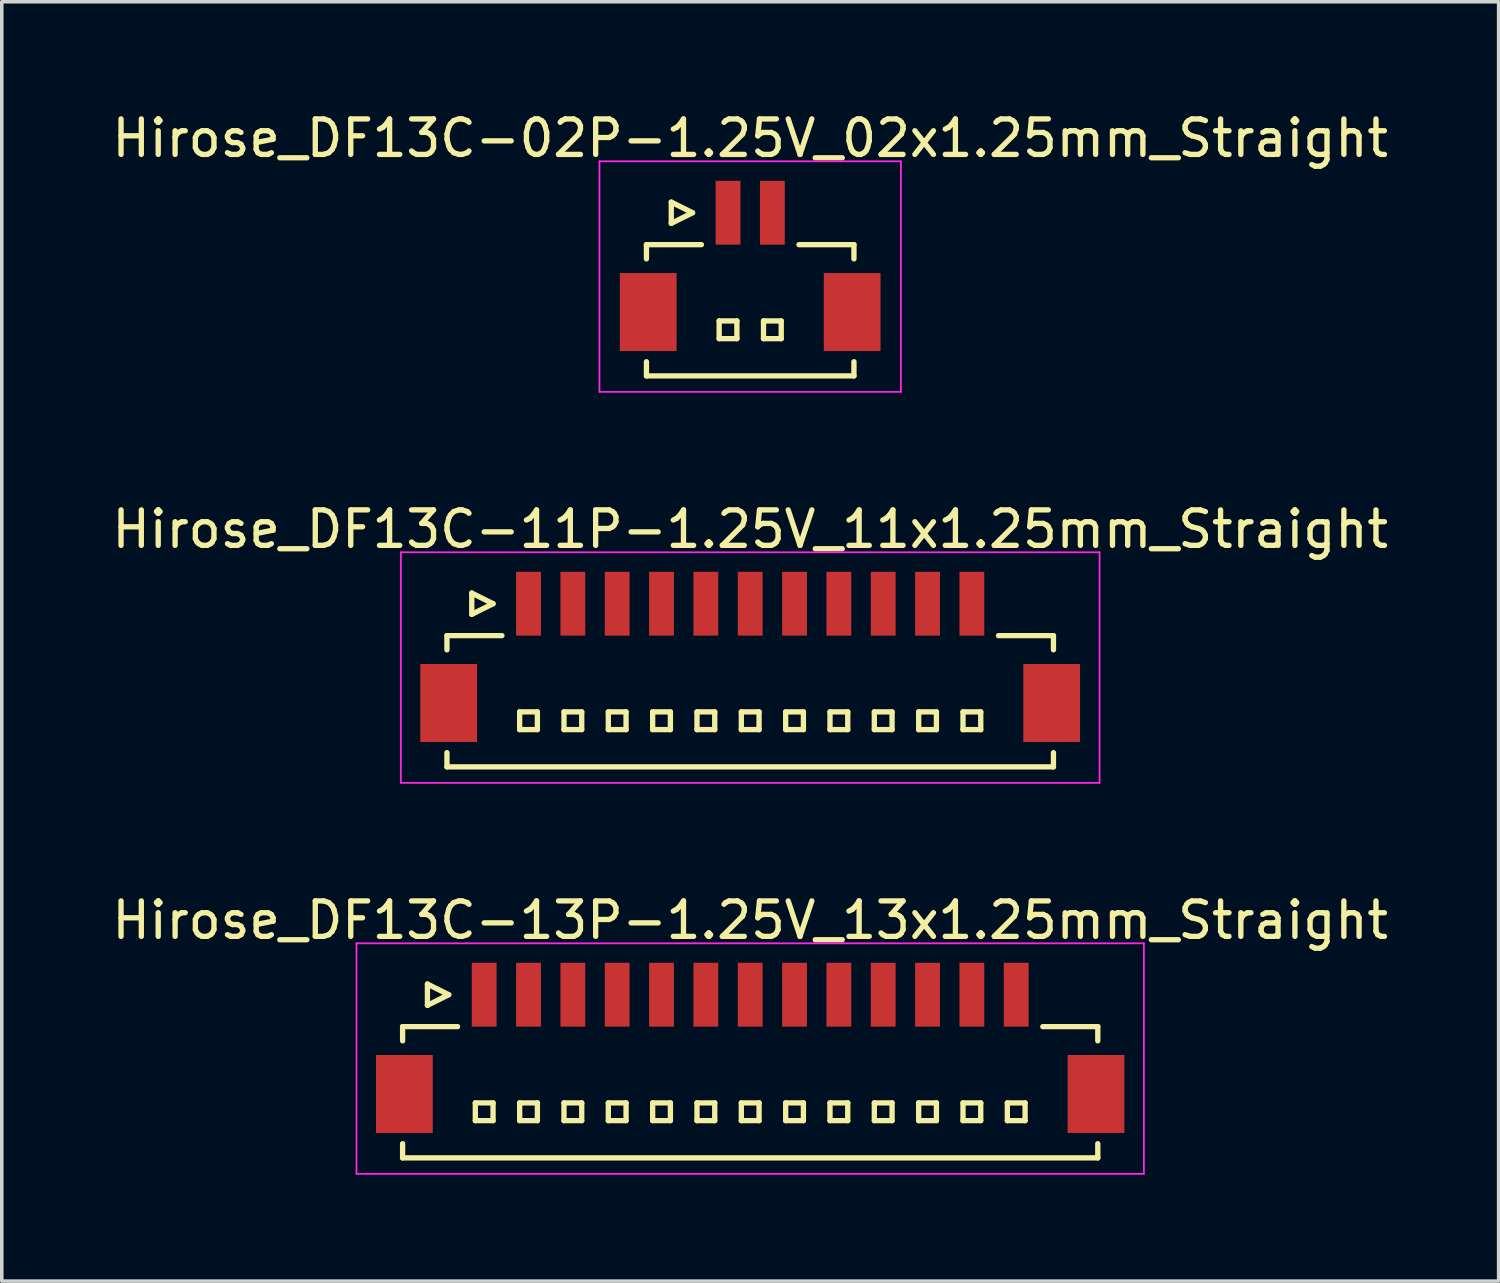
<source format=kicad_pcb>
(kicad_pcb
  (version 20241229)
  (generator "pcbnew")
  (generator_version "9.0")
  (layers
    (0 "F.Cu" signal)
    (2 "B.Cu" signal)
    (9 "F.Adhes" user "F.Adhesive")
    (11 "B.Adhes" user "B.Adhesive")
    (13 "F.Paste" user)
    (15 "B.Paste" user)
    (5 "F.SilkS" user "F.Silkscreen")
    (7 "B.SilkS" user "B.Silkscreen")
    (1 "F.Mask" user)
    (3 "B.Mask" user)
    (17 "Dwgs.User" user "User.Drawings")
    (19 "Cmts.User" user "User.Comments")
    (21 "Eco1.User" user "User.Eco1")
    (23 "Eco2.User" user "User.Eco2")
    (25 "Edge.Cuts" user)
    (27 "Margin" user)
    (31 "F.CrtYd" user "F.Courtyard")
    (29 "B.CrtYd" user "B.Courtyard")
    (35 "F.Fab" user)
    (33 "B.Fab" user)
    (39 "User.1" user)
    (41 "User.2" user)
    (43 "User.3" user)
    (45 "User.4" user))
  (footprint "Hirose_DF13C-13P-1.25V_13x1.25mm_Straight"
    (layer "F.Cu")
    (at 18.101 26.395)
    (property "Reference" "Hirose_DF13C-13P-1.25V_13x1.25mm_Straight" (at 0 -3.5 0) (layer "F.SilkS") (effects (font (size 1 1) (thickness 0.15))))
    (attr smd)
    (fp_line (start -9.8 -0.5) (end -9.8 -0.1) (stroke (width 0.15) (type solid)) (layer "F.SilkS"))
    (fp_line (start -9.8 -0.5) (end -8.25 -0.5) (stroke (width 0.15) (type solid)) (layer "F.SilkS"))
    (fp_line (start -9.8 3.2) (end -9.8 2.8) (stroke (width 0.15) (type solid)) (layer "F.SilkS"))
    (fp_line (start -9.8 3.2) (end 9.8 3.2) (stroke (width 0.15) (type solid)) (layer "F.SilkS"))
    (fp_line (start -9.1 -1.7) (end -9.1 -1.1) (stroke (width 0.15) (type solid)) (layer "F.SilkS"))
    (fp_line (start -9.1 -1.1) (end -8.5 -1.4) (stroke (width 0.15) (type solid)) (layer "F.SilkS"))
    (fp_line (start -8.5 -1.4) (end -9.1 -1.7) (stroke (width 0.15) (type solid)) (layer "F.SilkS"))
    (fp_line (start -7.75 1.65) (end -7.75 2.15) (stroke (width 0.15) (type solid)) (layer "F.SilkS"))
    (fp_line (start -7.75 2.15) (end -7.25 2.15) (stroke (width 0.15) (type solid)) (layer "F.SilkS"))
    (fp_line (start -7.25 1.65) (end -7.75 1.65) (stroke (width 0.15) (type solid)) (layer "F.SilkS"))
    (fp_line (start -7.25 2.15) (end -7.25 1.65) (stroke (width 0.15) (type solid)) (layer "F.SilkS"))
    (fp_line (start -6.5 1.65) (end -6.5 2.15) (stroke (width 0.15) (type solid)) (layer "F.SilkS"))
    (fp_line (start -6.5 2.15) (end -6 2.15) (stroke (width 0.15) (type solid)) (layer "F.SilkS"))
    (fp_line (start -6 1.65) (end -6.5 1.65) (stroke (width 0.15) (type solid)) (layer "F.SilkS"))
    (fp_line (start -6 2.15) (end -6 1.65) (stroke (width 0.15) (type solid)) (layer "F.SilkS"))
    (fp_line (start -5.25 1.65) (end -5.25 2.15) (stroke (width 0.15) (type solid)) (layer "F.SilkS"))
    (fp_line (start -5.25 2.15) (end -4.75 2.15) (stroke (width 0.15) (type solid)) (layer "F.SilkS"))
    (fp_line (start -4.75 1.65) (end -5.25 1.65) (stroke (width 0.15) (type solid)) (layer "F.SilkS"))
    (fp_line (start -4.75 2.15) (end -4.75 1.65) (stroke (width 0.15) (type solid)) (layer "F.SilkS"))
    (fp_line (start -4 1.65) (end -4 2.15) (stroke (width 0.15) (type solid)) (layer "F.SilkS"))
    (fp_line (start -4 2.15) (end -3.5 2.15) (stroke (width 0.15) (type solid)) (layer "F.SilkS"))
    (fp_line (start -3.5 1.65) (end -4 1.65) (stroke (width 0.15) (type solid)) (layer "F.SilkS"))
    (fp_line (start -3.5 2.15) (end -3.5 1.65) (stroke (width 0.15) (type solid)) (layer "F.SilkS"))
    (fp_line (start -2.75 1.65) (end -2.75 2.15) (stroke (width 0.15) (type solid)) (layer "F.SilkS"))
    (fp_line (start -2.75 2.15) (end -2.25 2.15) (stroke (width 0.15) (type solid)) (layer "F.SilkS"))
    (fp_line (start -2.25 1.65) (end -2.75 1.65) (stroke (width 0.15) (type solid)) (layer "F.SilkS"))
    (fp_line (start -2.25 2.15) (end -2.25 1.65) (stroke (width 0.15) (type solid)) (layer "F.SilkS"))
    (fp_line (start -1.5 1.65) (end -1.5 2.15) (stroke (width 0.15) (type solid)) (layer "F.SilkS"))
    (fp_line (start -1.5 2.15) (end -1 2.15) (stroke (width 0.15) (type solid)) (layer "F.SilkS"))
    (fp_line (start -1 1.65) (end -1.5 1.65) (stroke (width 0.15) (type solid)) (layer "F.SilkS"))
    (fp_line (start -1 2.15) (end -1 1.65) (stroke (width 0.15) (type solid)) (layer "F.SilkS"))
    (fp_line (start -0.25 1.65) (end -0.25 2.15) (stroke (width 0.15) (type solid)) (layer "F.SilkS"))
    (fp_line (start -0.25 2.15) (end 0.25 2.15) (stroke (width 0.15) (type solid)) (layer "F.SilkS"))
    (fp_line (start 0.25 1.65) (end -0.25 1.65) (stroke (width 0.15) (type solid)) (layer "F.SilkS"))
    (fp_line (start 0.25 2.15) (end 0.25 1.65) (stroke (width 0.15) (type solid)) (layer "F.SilkS"))
    (fp_line (start 1 1.65) (end 1 2.15) (stroke (width 0.15) (type solid)) (layer "F.SilkS"))
    (fp_line (start 1 2.15) (end 1.5 2.15) (stroke (width 0.15) (type solid)) (layer "F.SilkS"))
    (fp_line (start 1.5 1.65) (end 1 1.65) (stroke (width 0.15) (type solid)) (layer "F.SilkS"))
    (fp_line (start 1.5 2.15) (end 1.5 1.65) (stroke (width 0.15) (type solid)) (layer "F.SilkS"))
    (fp_line (start 2.25 1.65) (end 2.25 2.15) (stroke (width 0.15) (type solid)) (layer "F.SilkS"))
    (fp_line (start 2.25 2.15) (end 2.75 2.15) (stroke (width 0.15) (type solid)) (layer "F.SilkS"))
    (fp_line (start 2.75 1.65) (end 2.25 1.65) (stroke (width 0.15) (type solid)) (layer "F.SilkS"))
    (fp_line (start 2.75 2.15) (end 2.75 1.65) (stroke (width 0.15) (type solid)) (layer "F.SilkS"))
    (fp_line (start 3.5 1.65) (end 3.5 2.15) (stroke (width 0.15) (type solid)) (layer "F.SilkS"))
    (fp_line (start 3.5 2.15) (end 4 2.15) (stroke (width 0.15) (type solid)) (layer "F.SilkS"))
    (fp_line (start 4 1.65) (end 3.5 1.65) (stroke (width 0.15) (type solid)) (layer "F.SilkS"))
    (fp_line (start 4 2.15) (end 4 1.65) (stroke (width 0.15) (type solid)) (layer "F.SilkS"))
    (fp_line (start 4.75 1.65) (end 4.75 2.15) (stroke (width 0.15) (type solid)) (layer "F.SilkS"))
    (fp_line (start 4.75 2.15) (end 5.25 2.15) (stroke (width 0.15) (type solid)) (layer "F.SilkS"))
    (fp_line (start 5.25 1.65) (end 4.75 1.65) (stroke (width 0.15) (type solid)) (layer "F.SilkS"))
    (fp_line (start 5.25 2.15) (end 5.25 1.65) (stroke (width 0.15) (type solid)) (layer "F.SilkS"))
    (fp_line (start 6 1.65) (end 6 2.15) (stroke (width 0.15) (type solid)) (layer "F.SilkS"))
    (fp_line (start 6 2.15) (end 6.5 2.15) (stroke (width 0.15) (type solid)) (layer "F.SilkS"))
    (fp_line (start 6.5 1.65) (end 6 1.65) (stroke (width 0.15) (type solid)) (layer "F.SilkS"))
    (fp_line (start 6.5 2.15) (end 6.5 1.65) (stroke (width 0.15) (type solid)) (layer "F.SilkS"))
    (fp_line (start 7.25 1.65) (end 7.25 2.15) (stroke (width 0.15) (type solid)) (layer "F.SilkS"))
    (fp_line (start 7.25 2.15) (end 7.75 2.15) (stroke (width 0.15) (type solid)) (layer "F.SilkS"))
    (fp_line (start 7.75 1.65) (end 7.25 1.65) (stroke (width 0.15) (type solid)) (layer "F.SilkS"))
    (fp_line (start 7.75 2.15) (end 7.75 1.65) (stroke (width 0.15) (type solid)) (layer "F.SilkS"))
    (fp_line (start 9.8 -0.5) (end 8.25 -0.5) (stroke (width 0.15) (type solid)) (layer "F.SilkS"))
    (fp_line (start 9.8 -0.5) (end 9.8 -0.1) (stroke (width 0.15) (type solid)) (layer "F.SilkS"))
    (fp_line (start 9.8 3.2) (end 9.8 2.8) (stroke (width 0.15) (type solid)) (layer "F.SilkS"))
    (fp_line (start -11.1 -2.85) (end -11.1 3.65) (stroke (width 0.05) (type solid)) (layer "F.CrtYd"))
    (fp_line (start -11.1 3.65) (end 11.1 3.65) (stroke (width 0.05) (type solid)) (layer "F.CrtYd"))
    (fp_line (start 11.1 -2.85) (end -11.1 -2.85) (stroke (width 0.05) (type solid)) (layer "F.CrtYd"))
    (fp_line (start 11.1 3.65) (end 11.1 -2.85) (stroke (width 0.05) (type solid)) (layer "F.CrtYd"))
    (pad "" smd rect (at -9.75 1.4) (size 1.6 2.2) (layers "F.Cu" "F.Mask" "F.Paste"))
    (pad "" smd rect (at 9.75 1.4) (size 1.6 2.2) (layers "F.Cu" "F.Mask" "F.Paste"))
    (pad "1" smd rect (at -7.5 -1.4) (size 0.7 1.8) (layers "F.Cu" "F.Mask" "F.Paste"))
    (pad "2" smd rect (at -6.25 -1.4) (size 0.7 1.8) (layers "F.Cu" "F.Mask" "F.Paste"))
    (pad "3" smd rect (at -5 -1.4) (size 0.7 1.8) (layers "F.Cu" "F.Mask" "F.Paste"))
    (pad "4" smd rect (at -3.75 -1.4) (size 0.7 1.8) (layers "F.Cu" "F.Mask" "F.Paste"))
    (pad "5" smd rect (at -2.5 -1.4) (size 0.7 1.8) (layers "F.Cu" "F.Mask" "F.Paste"))
    (pad "6" smd rect (at -1.25 -1.4) (size 0.7 1.8) (layers "F.Cu" "F.Mask" "F.Paste"))
    (pad "7" smd rect (at 0 -1.4) (size 0.7 1.8) (layers "F.Cu" "F.Mask" "F.Paste"))
    (pad "8" smd rect (at 1.25 -1.4) (size 0.7 1.8) (layers "F.Cu" "F.Mask" "F.Paste"))
    (pad "9" smd rect (at 2.5 -1.4) (size 0.7 1.8) (layers "F.Cu" "F.Mask" "F.Paste"))
    (pad "10" smd rect (at 3.75 -1.4) (size 0.7 1.8) (layers "F.Cu" "F.Mask" "F.Paste"))
    (pad "11" smd rect (at 5 -1.4) (size 0.7 1.8) (layers "F.Cu" "F.Mask" "F.Paste"))
    (pad "12" smd rect (at 6.25 -1.4) (size 0.7 1.8) (layers "F.Cu" "F.Mask" "F.Paste"))
    (pad "13" smd rect (at 7.5 -1.4) (size 0.7 1.8) (layers "F.Cu" "F.Mask" "F.Paste")))
  (footprint "Hirose_DF13C-02P-1.25V_02x1.25mm_Straight"
    (layer "F.Cu")
    (at 18.101 4.348)
    (property "Reference" "Hirose_DF13C-02P-1.25V_02x1.25mm_Straight" (at 0 -3.5 0) (layer "F.SilkS") (effects (font (size 1 1) (thickness 0.15))))
    (attr smd)
    (fp_line (start -2.925 -0.5) (end -2.925 -0.1) (stroke (width 0.15) (type solid)) (layer "F.SilkS"))
    (fp_line (start -2.925 -0.5) (end -1.375 -0.5) (stroke (width 0.15) (type solid)) (layer "F.SilkS"))
    (fp_line (start -2.925 3.2) (end -2.925 2.8) (stroke (width 0.15) (type solid)) (layer "F.SilkS"))
    (fp_line (start -2.925 3.2) (end 2.925 3.2) (stroke (width 0.15) (type solid)) (layer "F.SilkS"))
    (fp_line (start -2.225 -1.7) (end -2.225 -1.1) (stroke (width 0.15) (type solid)) (layer "F.SilkS"))
    (fp_line (start -2.225 -1.1) (end -1.625 -1.4) (stroke (width 0.15) (type solid)) (layer "F.SilkS"))
    (fp_line (start -1.625 -1.4) (end -2.225 -1.7) (stroke (width 0.15) (type solid)) (layer "F.SilkS"))
    (fp_line (start -0.875 1.65) (end -0.875 2.15) (stroke (width 0.15) (type solid)) (layer "F.SilkS"))
    (fp_line (start -0.875 2.15) (end -0.375 2.15) (stroke (width 0.15) (type solid)) (layer "F.SilkS"))
    (fp_line (start -0.375 1.65) (end -0.875 1.65) (stroke (width 0.15) (type solid)) (layer "F.SilkS"))
    (fp_line (start -0.375 2.15) (end -0.375 1.65) (stroke (width 0.15) (type solid)) (layer "F.SilkS"))
    (fp_line (start 0.375 1.65) (end 0.375 2.15) (stroke (width 0.15) (type solid)) (layer "F.SilkS"))
    (fp_line (start 0.375 2.15) (end 0.875 2.15) (stroke (width 0.15) (type solid)) (layer "F.SilkS"))
    (fp_line (start 0.875 1.65) (end 0.375 1.65) (stroke (width 0.15) (type solid)) (layer "F.SilkS"))
    (fp_line (start 0.875 2.15) (end 0.875 1.65) (stroke (width 0.15) (type solid)) (layer "F.SilkS"))
    (fp_line (start 2.925 -0.5) (end 1.375 -0.5) (stroke (width 0.15) (type solid)) (layer "F.SilkS"))
    (fp_line (start 2.925 -0.5) (end 2.925 -0.1) (stroke (width 0.15) (type solid)) (layer "F.SilkS"))
    (fp_line (start 2.925 3.2) (end 2.925 2.8) (stroke (width 0.15) (type solid)) (layer "F.SilkS"))
    (fp_line (start -4.25 -2.85) (end -4.25 3.65) (stroke (width 0.05) (type solid)) (layer "F.CrtYd"))
    (fp_line (start -4.25 3.65) (end 4.25 3.65) (stroke (width 0.05) (type solid)) (layer "F.CrtYd"))
    (fp_line (start 4.25 -2.85) (end -4.25 -2.85) (stroke (width 0.05) (type solid)) (layer "F.CrtYd"))
    (fp_line (start 4.25 3.65) (end 4.25 -2.85) (stroke (width 0.05) (type solid)) (layer "F.CrtYd"))
    (pad "" smd rect (at -2.875 1.4) (size 1.6 2.2) (layers "F.Cu" "F.Mask" "F.Paste"))
    (pad "" smd rect (at 2.875 1.4) (size 1.6 2.2) (layers "F.Cu" "F.Mask" "F.Paste"))
    (pad "1" smd rect (at -0.625 -1.4) (size 0.7 1.8) (layers "F.Cu" "F.Mask" "F.Paste"))
    (pad "2" smd rect (at 0.625 -1.4) (size 0.7 1.8) (layers "F.Cu" "F.Mask" "F.Paste")))
  (footprint "Hirose_DF13C-11P-1.25V_11x1.25mm_Straight"
    (layer "F.Cu")
    (at 18.101 15.371)
    (property "Reference" "Hirose_DF13C-11P-1.25V_11x1.25mm_Straight" (at 0 -3.5 0) (layer "F.SilkS") (effects (font (size 1 1) (thickness 0.15))))
    (attr smd)
    (fp_line (start -8.55 -0.5) (end -8.55 -0.1) (stroke (width 0.15) (type solid)) (layer "F.SilkS"))
    (fp_line (start -8.55 -0.5) (end -7 -0.5) (stroke (width 0.15) (type solid)) (layer "F.SilkS"))
    (fp_line (start -8.55 3.2) (end -8.55 2.8) (stroke (width 0.15) (type solid)) (layer "F.SilkS"))
    (fp_line (start -8.55 3.2) (end 8.55 3.2) (stroke (width 0.15) (type solid)) (layer "F.SilkS"))
    (fp_line (start -7.85 -1.7) (end -7.85 -1.1) (stroke (width 0.15) (type solid)) (layer "F.SilkS"))
    (fp_line (start -7.85 -1.1) (end -7.25 -1.4) (stroke (width 0.15) (type solid)) (layer "F.SilkS"))
    (fp_line (start -7.25 -1.4) (end -7.85 -1.7) (stroke (width 0.15) (type solid)) (layer "F.SilkS"))
    (fp_line (start -6.5 1.65) (end -6.5 2.15) (stroke (width 0.15) (type solid)) (layer "F.SilkS"))
    (fp_line (start -6.5 2.15) (end -6 2.15) (stroke (width 0.15) (type solid)) (layer "F.SilkS"))
    (fp_line (start -6 1.65) (end -6.5 1.65) (stroke (width 0.15) (type solid)) (layer "F.SilkS"))
    (fp_line (start -6 2.15) (end -6 1.65) (stroke (width 0.15) (type solid)) (layer "F.SilkS"))
    (fp_line (start -5.25 1.65) (end -5.25 2.15) (stroke (width 0.15) (type solid)) (layer "F.SilkS"))
    (fp_line (start -5.25 2.15) (end -4.75 2.15) (stroke (width 0.15) (type solid)) (layer "F.SilkS"))
    (fp_line (start -4.75 1.65) (end -5.25 1.65) (stroke (width 0.15) (type solid)) (layer "F.SilkS"))
    (fp_line (start -4.75 2.15) (end -4.75 1.65) (stroke (width 0.15) (type solid)) (layer "F.SilkS"))
    (fp_line (start -4 1.65) (end -4 2.15) (stroke (width 0.15) (type solid)) (layer "F.SilkS"))
    (fp_line (start -4 2.15) (end -3.5 2.15) (stroke (width 0.15) (type solid)) (layer "F.SilkS"))
    (fp_line (start -3.5 1.65) (end -4 1.65) (stroke (width 0.15) (type solid)) (layer "F.SilkS"))
    (fp_line (start -3.5 2.15) (end -3.5 1.65) (stroke (width 0.15) (type solid)) (layer "F.SilkS"))
    (fp_line (start -2.75 1.65) (end -2.75 2.15) (stroke (width 0.15) (type solid)) (layer "F.SilkS"))
    (fp_line (start -2.75 2.15) (end -2.25 2.15) (stroke (width 0.15) (type solid)) (layer "F.SilkS"))
    (fp_line (start -2.25 1.65) (end -2.75 1.65) (stroke (width 0.15) (type solid)) (layer "F.SilkS"))
    (fp_line (start -2.25 2.15) (end -2.25 1.65) (stroke (width 0.15) (type solid)) (layer "F.SilkS"))
    (fp_line (start -1.5 1.65) (end -1.5 2.15) (stroke (width 0.15) (type solid)) (layer "F.SilkS"))
    (fp_line (start -1.5 2.15) (end -1 2.15) (stroke (width 0.15) (type solid)) (layer "F.SilkS"))
    (fp_line (start -1 1.65) (end -1.5 1.65) (stroke (width 0.15) (type solid)) (layer "F.SilkS"))
    (fp_line (start -1 2.15) (end -1 1.65) (stroke (width 0.15) (type solid)) (layer "F.SilkS"))
    (fp_line (start -0.25 1.65) (end -0.25 2.15) (stroke (width 0.15) (type solid)) (layer "F.SilkS"))
    (fp_line (start -0.25 2.15) (end 0.25 2.15) (stroke (width 0.15) (type solid)) (layer "F.SilkS"))
    (fp_line (start 0.25 1.65) (end -0.25 1.65) (stroke (width 0.15) (type solid)) (layer "F.SilkS"))
    (fp_line (start 0.25 2.15) (end 0.25 1.65) (stroke (width 0.15) (type solid)) (layer "F.SilkS"))
    (fp_line (start 1 1.65) (end 1 2.15) (stroke (width 0.15) (type solid)) (layer "F.SilkS"))
    (fp_line (start 1 2.15) (end 1.5 2.15) (stroke (width 0.15) (type solid)) (layer "F.SilkS"))
    (fp_line (start 1.5 1.65) (end 1 1.65) (stroke (width 0.15) (type solid)) (layer "F.SilkS"))
    (fp_line (start 1.5 2.15) (end 1.5 1.65) (stroke (width 0.15) (type solid)) (layer "F.SilkS"))
    (fp_line (start 2.25 1.65) (end 2.25 2.15) (stroke (width 0.15) (type solid)) (layer "F.SilkS"))
    (fp_line (start 2.25 2.15) (end 2.75 2.15) (stroke (width 0.15) (type solid)) (layer "F.SilkS"))
    (fp_line (start 2.75 1.65) (end 2.25 1.65) (stroke (width 0.15) (type solid)) (layer "F.SilkS"))
    (fp_line (start 2.75 2.15) (end 2.75 1.65) (stroke (width 0.15) (type solid)) (layer "F.SilkS"))
    (fp_line (start 3.5 1.65) (end 3.5 2.15) (stroke (width 0.15) (type solid)) (layer "F.SilkS"))
    (fp_line (start 3.5 2.15) (end 4 2.15) (stroke (width 0.15) (type solid)) (layer "F.SilkS"))
    (fp_line (start 4 1.65) (end 3.5 1.65) (stroke (width 0.15) (type solid)) (layer "F.SilkS"))
    (fp_line (start 4 2.15) (end 4 1.65) (stroke (width 0.15) (type solid)) (layer "F.SilkS"))
    (fp_line (start 4.75 1.65) (end 4.75 2.15) (stroke (width 0.15) (type solid)) (layer "F.SilkS"))
    (fp_line (start 4.75 2.15) (end 5.25 2.15) (stroke (width 0.15) (type solid)) (layer "F.SilkS"))
    (fp_line (start 5.25 1.65) (end 4.75 1.65) (stroke (width 0.15) (type solid)) (layer "F.SilkS"))
    (fp_line (start 5.25 2.15) (end 5.25 1.65) (stroke (width 0.15) (type solid)) (layer "F.SilkS"))
    (fp_line (start 6 1.65) (end 6 2.15) (stroke (width 0.15) (type solid)) (layer "F.SilkS"))
    (fp_line (start 6 2.15) (end 6.5 2.15) (stroke (width 0.15) (type solid)) (layer "F.SilkS"))
    (fp_line (start 6.5 1.65) (end 6 1.65) (stroke (width 0.15) (type solid)) (layer "F.SilkS"))
    (fp_line (start 6.5 2.15) (end 6.5 1.65) (stroke (width 0.15) (type solid)) (layer "F.SilkS"))
    (fp_line (start 8.55 -0.5) (end 7 -0.5) (stroke (width 0.15) (type solid)) (layer "F.SilkS"))
    (fp_line (start 8.55 -0.5) (end 8.55 -0.1) (stroke (width 0.15) (type solid)) (layer "F.SilkS"))
    (fp_line (start 8.55 3.2) (end 8.55 2.8) (stroke (width 0.15) (type solid)) (layer "F.SilkS"))
    (fp_line (start -9.85 -2.85) (end -9.85 3.65) (stroke (width 0.05) (type solid)) (layer "F.CrtYd"))
    (fp_line (start -9.85 3.65) (end 9.85 3.65) (stroke (width 0.05) (type solid)) (layer "F.CrtYd"))
    (fp_line (start 9.85 -2.85) (end -9.85 -2.85) (stroke (width 0.05) (type solid)) (layer "F.CrtYd"))
    (fp_line (start 9.85 3.65) (end 9.85 -2.85) (stroke (width 0.05) (type solid)) (layer "F.CrtYd"))
    (pad "" smd rect (at -8.5 1.4) (size 1.6 2.2) (layers "F.Cu" "F.Mask" "F.Paste"))
    (pad "" smd rect (at 8.5 1.4) (size 1.6 2.2) (layers "F.Cu" "F.Mask" "F.Paste"))
    (pad "1" smd rect (at -6.25 -1.4) (size 0.7 1.8) (layers "F.Cu" "F.Mask" "F.Paste"))
    (pad "2" smd rect (at -5 -1.4) (size 0.7 1.8) (layers "F.Cu" "F.Mask" "F.Paste"))
    (pad "3" smd rect (at -3.75 -1.4) (size 0.7 1.8) (layers "F.Cu" "F.Mask" "F.Paste"))
    (pad "4" smd rect (at -2.5 -1.4) (size 0.7 1.8) (layers "F.Cu" "F.Mask" "F.Paste"))
    (pad "5" smd rect (at -1.25 -1.4) (size 0.7 1.8) (layers "F.Cu" "F.Mask" "F.Paste"))
    (pad "6" smd rect (at 0 -1.4) (size 0.7 1.8) (layers "F.Cu" "F.Mask" "F.Paste"))
    (pad "7" smd rect (at 1.25 -1.4) (size 0.7 1.8) (layers "F.Cu" "F.Mask" "F.Paste"))
    (pad "8" smd rect (at 2.5 -1.4) (size 0.7 1.8) (layers "F.Cu" "F.Mask" "F.Paste"))
    (pad "9" smd rect (at 3.75 -1.4) (size 0.7 1.8) (layers "F.Cu" "F.Mask" "F.Paste"))
    (pad "10" smd rect (at 5 -1.4) (size 0.7 1.8) (layers "F.Cu" "F.Mask" "F.Paste"))
    (pad "11" smd rect (at 6.25 -1.4) (size 0.7 1.8) (layers "F.Cu" "F.Mask" "F.Paste")))
  (gr_rect
    (start -3 -3)
    (end 39.202 33.07)
    (stroke (width 0.1) (type default))
    (fill no)
    (layer "Edge.Cuts")))
</source>
